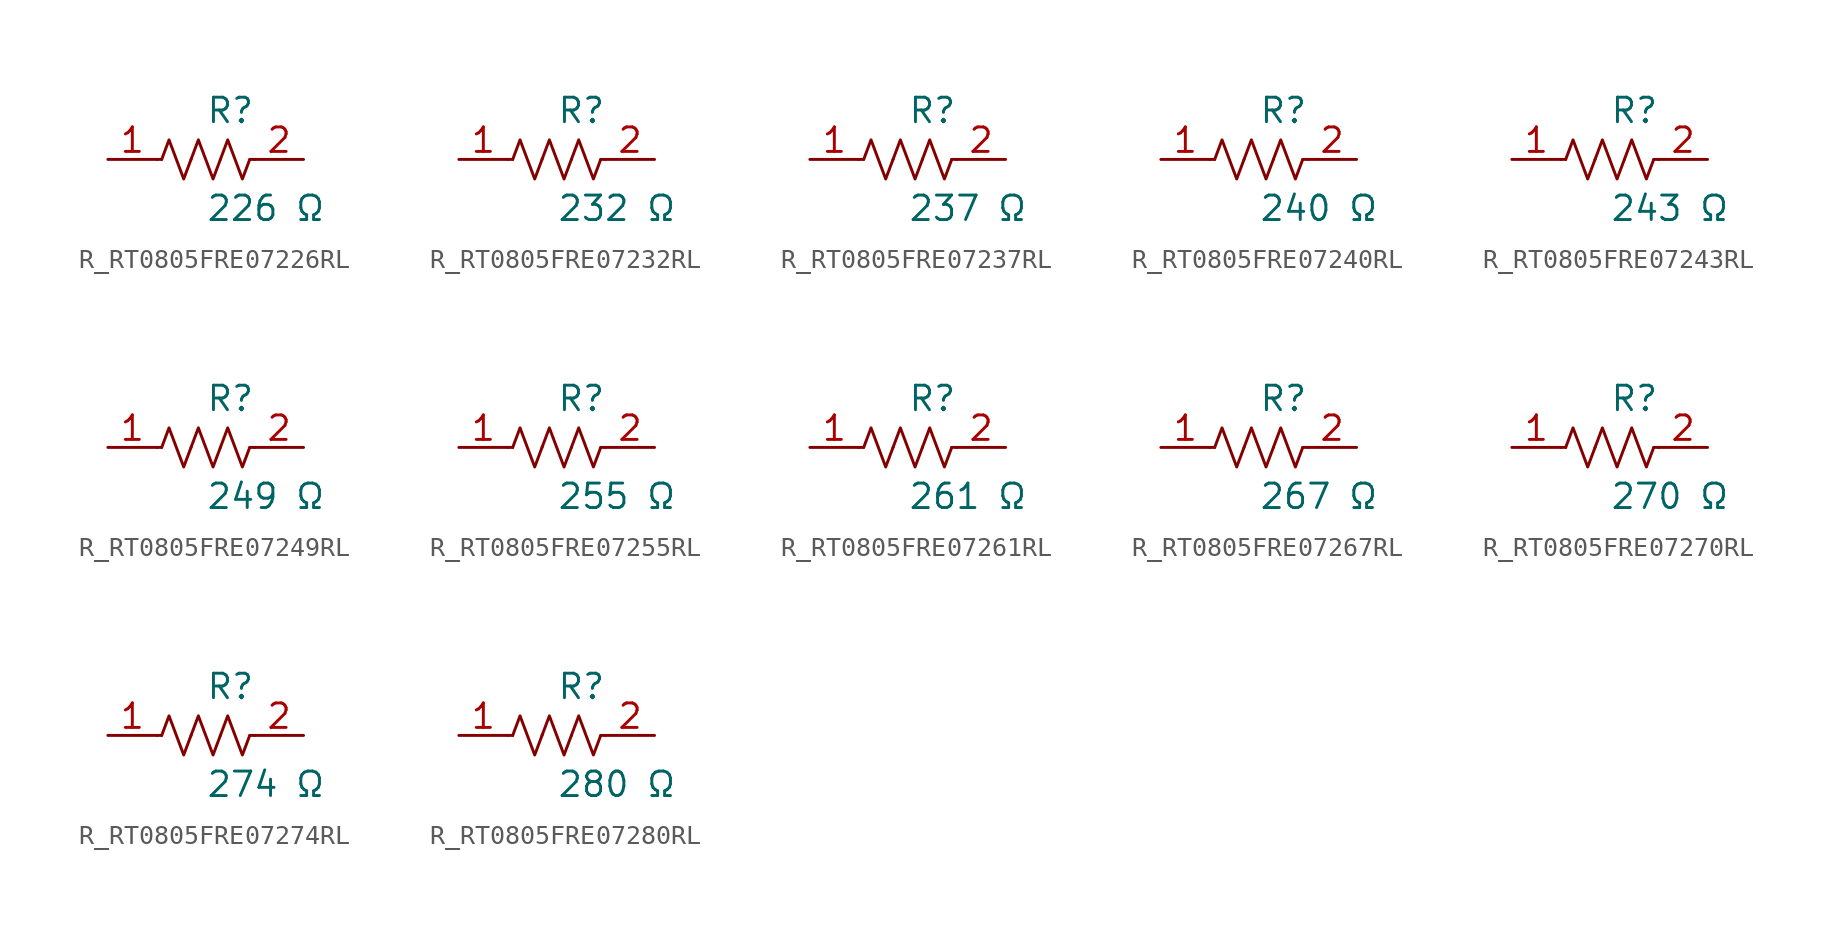
<source format=kicad_sym>
(kicad_symbol_lib
  (version 20231120)
  (generator kicad_symbol_editor)
  (generator_version 8.0)
  (symbol "R_RT0805FRE07226RL"
    (pin_names
      (offset 0.254))
    (property "Reference" "R"
      (at 0.0 2.54 0)
      (effects (font (size 1.27 1.27)) (justify left)))
    (property "Value" "226 Ω"
      (at 0.0 -2.54 0)
      (effects (font (size 1.27 1.27)) (justify left)))
    (symbol "R_RT0805FRE07226RL_0_1"
      (polyline (pts (xy 2.286 0) (xy 2.54 0)) (stroke (width 0) (type default)) (fill (type none)))
      (polyline (pts (xy -2.286 0) (xy -2.54 0)) (stroke (width 0) (type default)) (fill (type none)))
      (polyline (pts (xy 0.762 0) (xy 1.143 1.016) (xy 1.524 0) (xy 1.905 -1.016) (xy 2.286 0)) (stroke (width 0) (type default)) (fill (type none)))
      (polyline (pts (xy -0.762 0) (xy -0.381 1.016) (xy 0 0) (xy 0.381 -1.016) (xy 0.762 0)) (stroke (width 0) (type default)) (fill (type none)))
      (polyline (pts (xy -2.286 0) (xy -1.905 1.016) (xy -1.524 0) (xy -1.143 -1.016) (xy -0.762 0)) (stroke (width 0) (type default)) (fill (type none))))
    (pin unspecified line
      (at -5.08 0 0)
      (length 2.54)
      (name "" (effects (font (size 1.27 1.27))))
      (number "1" (effects (font (size 1.27 1.27)))))
    (pin unspecified line
      (at 5.08 0 180)
      (length 2.54)
      (name "" (effects (font (size 1.27 1.27))))
      (number "2" (effects (font (size 1.27 1.27))))))
  (symbol "R_RT0805FRE07232RL"
    (pin_names
      (offset 0.254))
    (property "Reference" "R"
      (at 0.0 2.54 0)
      (effects (font (size 1.27 1.27)) (justify left)))
    (property "Value" "232 Ω"
      (at 0.0 -2.54 0)
      (effects (font (size 1.27 1.27)) (justify left)))
    (symbol "R_RT0805FRE07232RL_0_1"
      (polyline (pts (xy 2.286 0) (xy 2.54 0)) (stroke (width 0) (type default)) (fill (type none)))
      (polyline (pts (xy -2.286 0) (xy -2.54 0)) (stroke (width 0) (type default)) (fill (type none)))
      (polyline (pts (xy 0.762 0) (xy 1.143 1.016) (xy 1.524 0) (xy 1.905 -1.016) (xy 2.286 0)) (stroke (width 0) (type default)) (fill (type none)))
      (polyline (pts (xy -0.762 0) (xy -0.381 1.016) (xy 0 0) (xy 0.381 -1.016) (xy 0.762 0)) (stroke (width 0) (type default)) (fill (type none)))
      (polyline (pts (xy -2.286 0) (xy -1.905 1.016) (xy -1.524 0) (xy -1.143 -1.016) (xy -0.762 0)) (stroke (width 0) (type default)) (fill (type none))))
    (pin unspecified line
      (at -5.08 0 0)
      (length 2.54)
      (name "" (effects (font (size 1.27 1.27))))
      (number "1" (effects (font (size 1.27 1.27)))))
    (pin unspecified line
      (at 5.08 0 180)
      (length 2.54)
      (name "" (effects (font (size 1.27 1.27))))
      (number "2" (effects (font (size 1.27 1.27))))))
  (symbol "R_RT0805FRE07237RL"
    (pin_names
      (offset 0.254))
    (property "Reference" "R"
      (at 0.0 2.54 0)
      (effects (font (size 1.27 1.27)) (justify left)))
    (property "Value" "237 Ω"
      (at 0.0 -2.54 0)
      (effects (font (size 1.27 1.27)) (justify left)))
    (symbol "R_RT0805FRE07237RL_0_1"
      (polyline (pts (xy 2.286 0) (xy 2.54 0)) (stroke (width 0) (type default)) (fill (type none)))
      (polyline (pts (xy -2.286 0) (xy -2.54 0)) (stroke (width 0) (type default)) (fill (type none)))
      (polyline (pts (xy 0.762 0) (xy 1.143 1.016) (xy 1.524 0) (xy 1.905 -1.016) (xy 2.286 0)) (stroke (width 0) (type default)) (fill (type none)))
      (polyline (pts (xy -0.762 0) (xy -0.381 1.016) (xy 0 0) (xy 0.381 -1.016) (xy 0.762 0)) (stroke (width 0) (type default)) (fill (type none)))
      (polyline (pts (xy -2.286 0) (xy -1.905 1.016) (xy -1.524 0) (xy -1.143 -1.016) (xy -0.762 0)) (stroke (width 0) (type default)) (fill (type none))))
    (pin unspecified line
      (at -5.08 0 0)
      (length 2.54)
      (name "" (effects (font (size 1.27 1.27))))
      (number "1" (effects (font (size 1.27 1.27)))))
    (pin unspecified line
      (at 5.08 0 180)
      (length 2.54)
      (name "" (effects (font (size 1.27 1.27))))
      (number "2" (effects (font (size 1.27 1.27))))))
  (symbol "R_RT0805FRE07240RL"
    (pin_names
      (offset 0.254))
    (property "Reference" "R"
      (at 0.0 2.54 0)
      (effects (font (size 1.27 1.27)) (justify left)))
    (property "Value" "240 Ω"
      (at 0.0 -2.54 0)
      (effects (font (size 1.27 1.27)) (justify left)))
    (symbol "R_RT0805FRE07240RL_0_1"
      (polyline (pts (xy 2.286 0) (xy 2.54 0)) (stroke (width 0) (type default)) (fill (type none)))
      (polyline (pts (xy -2.286 0) (xy -2.54 0)) (stroke (width 0) (type default)) (fill (type none)))
      (polyline (pts (xy 0.762 0) (xy 1.143 1.016) (xy 1.524 0) (xy 1.905 -1.016) (xy 2.286 0)) (stroke (width 0) (type default)) (fill (type none)))
      (polyline (pts (xy -0.762 0) (xy -0.381 1.016) (xy 0 0) (xy 0.381 -1.016) (xy 0.762 0)) (stroke (width 0) (type default)) (fill (type none)))
      (polyline (pts (xy -2.286 0) (xy -1.905 1.016) (xy -1.524 0) (xy -1.143 -1.016) (xy -0.762 0)) (stroke (width 0) (type default)) (fill (type none))))
    (pin unspecified line
      (at -5.08 0 0)
      (length 2.54)
      (name "" (effects (font (size 1.27 1.27))))
      (number "1" (effects (font (size 1.27 1.27)))))
    (pin unspecified line
      (at 5.08 0 180)
      (length 2.54)
      (name "" (effects (font (size 1.27 1.27))))
      (number "2" (effects (font (size 1.27 1.27))))))
  (symbol "R_RT0805FRE07243RL"
    (pin_names
      (offset 0.254))
    (property "Reference" "R"
      (at 0.0 2.54 0)
      (effects (font (size 1.27 1.27)) (justify left)))
    (property "Value" "243 Ω"
      (at 0.0 -2.54 0)
      (effects (font (size 1.27 1.27)) (justify left)))
    (symbol "R_RT0805FRE07243RL_0_1"
      (polyline (pts (xy 2.286 0) (xy 2.54 0)) (stroke (width 0) (type default)) (fill (type none)))
      (polyline (pts (xy -2.286 0) (xy -2.54 0)) (stroke (width 0) (type default)) (fill (type none)))
      (polyline (pts (xy 0.762 0) (xy 1.143 1.016) (xy 1.524 0) (xy 1.905 -1.016) (xy 2.286 0)) (stroke (width 0) (type default)) (fill (type none)))
      (polyline (pts (xy -0.762 0) (xy -0.381 1.016) (xy 0 0) (xy 0.381 -1.016) (xy 0.762 0)) (stroke (width 0) (type default)) (fill (type none)))
      (polyline (pts (xy -2.286 0) (xy -1.905 1.016) (xy -1.524 0) (xy -1.143 -1.016) (xy -0.762 0)) (stroke (width 0) (type default)) (fill (type none))))
    (pin unspecified line
      (at -5.08 0 0)
      (length 2.54)
      (name "" (effects (font (size 1.27 1.27))))
      (number "1" (effects (font (size 1.27 1.27)))))
    (pin unspecified line
      (at 5.08 0 180)
      (length 2.54)
      (name "" (effects (font (size 1.27 1.27))))
      (number "2" (effects (font (size 1.27 1.27))))))
  (symbol "R_RT0805FRE07249RL"
    (pin_names
      (offset 0.254))
    (property "Reference" "R"
      (at 0.0 2.54 0)
      (effects (font (size 1.27 1.27)) (justify left)))
    (property "Value" "249 Ω"
      (at 0.0 -2.54 0)
      (effects (font (size 1.27 1.27)) (justify left)))
    (symbol "R_RT0805FRE07249RL_0_1"
      (polyline (pts (xy 2.286 0) (xy 2.54 0)) (stroke (width 0) (type default)) (fill (type none)))
      (polyline (pts (xy -2.286 0) (xy -2.54 0)) (stroke (width 0) (type default)) (fill (type none)))
      (polyline (pts (xy 0.762 0) (xy 1.143 1.016) (xy 1.524 0) (xy 1.905 -1.016) (xy 2.286 0)) (stroke (width 0) (type default)) (fill (type none)))
      (polyline (pts (xy -0.762 0) (xy -0.381 1.016) (xy 0 0) (xy 0.381 -1.016) (xy 0.762 0)) (stroke (width 0) (type default)) (fill (type none)))
      (polyline (pts (xy -2.286 0) (xy -1.905 1.016) (xy -1.524 0) (xy -1.143 -1.016) (xy -0.762 0)) (stroke (width 0) (type default)) (fill (type none))))
    (pin unspecified line
      (at -5.08 0 0)
      (length 2.54)
      (name "" (effects (font (size 1.27 1.27))))
      (number "1" (effects (font (size 1.27 1.27)))))
    (pin unspecified line
      (at 5.08 0 180)
      (length 2.54)
      (name "" (effects (font (size 1.27 1.27))))
      (number "2" (effects (font (size 1.27 1.27))))))
  (symbol "R_RT0805FRE07255RL"
    (pin_names
      (offset 0.254))
    (property "Reference" "R"
      (at 0.0 2.54 0)
      (effects (font (size 1.27 1.27)) (justify left)))
    (property "Value" "255 Ω"
      (at 0.0 -2.54 0)
      (effects (font (size 1.27 1.27)) (justify left)))
    (symbol "R_RT0805FRE07255RL_0_1"
      (polyline (pts (xy 2.286 0) (xy 2.54 0)) (stroke (width 0) (type default)) (fill (type none)))
      (polyline (pts (xy -2.286 0) (xy -2.54 0)) (stroke (width 0) (type default)) (fill (type none)))
      (polyline (pts (xy 0.762 0) (xy 1.143 1.016) (xy 1.524 0) (xy 1.905 -1.016) (xy 2.286 0)) (stroke (width 0) (type default)) (fill (type none)))
      (polyline (pts (xy -0.762 0) (xy -0.381 1.016) (xy 0 0) (xy 0.381 -1.016) (xy 0.762 0)) (stroke (width 0) (type default)) (fill (type none)))
      (polyline (pts (xy -2.286 0) (xy -1.905 1.016) (xy -1.524 0) (xy -1.143 -1.016) (xy -0.762 0)) (stroke (width 0) (type default)) (fill (type none))))
    (pin unspecified line
      (at -5.08 0 0)
      (length 2.54)
      (name "" (effects (font (size 1.27 1.27))))
      (number "1" (effects (font (size 1.27 1.27)))))
    (pin unspecified line
      (at 5.08 0 180)
      (length 2.54)
      (name "" (effects (font (size 1.27 1.27))))
      (number "2" (effects (font (size 1.27 1.27))))))
  (symbol "R_RT0805FRE07261RL"
    (pin_names
      (offset 0.254))
    (property "Reference" "R"
      (at 0.0 2.54 0)
      (effects (font (size 1.27 1.27)) (justify left)))
    (property "Value" "261 Ω"
      (at 0.0 -2.54 0)
      (effects (font (size 1.27 1.27)) (justify left)))
    (symbol "R_RT0805FRE07261RL_0_1"
      (polyline (pts (xy 2.286 0) (xy 2.54 0)) (stroke (width 0) (type default)) (fill (type none)))
      (polyline (pts (xy -2.286 0) (xy -2.54 0)) (stroke (width 0) (type default)) (fill (type none)))
      (polyline (pts (xy 0.762 0) (xy 1.143 1.016) (xy 1.524 0) (xy 1.905 -1.016) (xy 2.286 0)) (stroke (width 0) (type default)) (fill (type none)))
      (polyline (pts (xy -0.762 0) (xy -0.381 1.016) (xy 0 0) (xy 0.381 -1.016) (xy 0.762 0)) (stroke (width 0) (type default)) (fill (type none)))
      (polyline (pts (xy -2.286 0) (xy -1.905 1.016) (xy -1.524 0) (xy -1.143 -1.016) (xy -0.762 0)) (stroke (width 0) (type default)) (fill (type none))))
    (pin unspecified line
      (at -5.08 0 0)
      (length 2.54)
      (name "" (effects (font (size 1.27 1.27))))
      (number "1" (effects (font (size 1.27 1.27)))))
    (pin unspecified line
      (at 5.08 0 180)
      (length 2.54)
      (name "" (effects (font (size 1.27 1.27))))
      (number "2" (effects (font (size 1.27 1.27))))))
  (symbol "R_RT0805FRE07267RL"
    (pin_names
      (offset 0.254))
    (property "Reference" "R"
      (at 0.0 2.54 0)
      (effects (font (size 1.27 1.27)) (justify left)))
    (property "Value" "267 Ω"
      (at 0.0 -2.54 0)
      (effects (font (size 1.27 1.27)) (justify left)))
    (symbol "R_RT0805FRE07267RL_0_1"
      (polyline (pts (xy 2.286 0) (xy 2.54 0)) (stroke (width 0) (type default)) (fill (type none)))
      (polyline (pts (xy -2.286 0) (xy -2.54 0)) (stroke (width 0) (type default)) (fill (type none)))
      (polyline (pts (xy 0.762 0) (xy 1.143 1.016) (xy 1.524 0) (xy 1.905 -1.016) (xy 2.286 0)) (stroke (width 0) (type default)) (fill (type none)))
      (polyline (pts (xy -0.762 0) (xy -0.381 1.016) (xy 0 0) (xy 0.381 -1.016) (xy 0.762 0)) (stroke (width 0) (type default)) (fill (type none)))
      (polyline (pts (xy -2.286 0) (xy -1.905 1.016) (xy -1.524 0) (xy -1.143 -1.016) (xy -0.762 0)) (stroke (width 0) (type default)) (fill (type none))))
    (pin unspecified line
      (at -5.08 0 0)
      (length 2.54)
      (name "" (effects (font (size 1.27 1.27))))
      (number "1" (effects (font (size 1.27 1.27)))))
    (pin unspecified line
      (at 5.08 0 180)
      (length 2.54)
      (name "" (effects (font (size 1.27 1.27))))
      (number "2" (effects (font (size 1.27 1.27))))))
  (symbol "R_RT0805FRE07270RL"
    (pin_names
      (offset 0.254))
    (property "Reference" "R"
      (at 0.0 2.54 0)
      (effects (font (size 1.27 1.27)) (justify left)))
    (property "Value" "270 Ω"
      (at 0.0 -2.54 0)
      (effects (font (size 1.27 1.27)) (justify left)))
    (symbol "R_RT0805FRE07270RL_0_1"
      (polyline (pts (xy 2.286 0) (xy 2.54 0)) (stroke (width 0) (type default)) (fill (type none)))
      (polyline (pts (xy -2.286 0) (xy -2.54 0)) (stroke (width 0) (type default)) (fill (type none)))
      (polyline (pts (xy 0.762 0) (xy 1.143 1.016) (xy 1.524 0) (xy 1.905 -1.016) (xy 2.286 0)) (stroke (width 0) (type default)) (fill (type none)))
      (polyline (pts (xy -0.762 0) (xy -0.381 1.016) (xy 0 0) (xy 0.381 -1.016) (xy 0.762 0)) (stroke (width 0) (type default)) (fill (type none)))
      (polyline (pts (xy -2.286 0) (xy -1.905 1.016) (xy -1.524 0) (xy -1.143 -1.016) (xy -0.762 0)) (stroke (width 0) (type default)) (fill (type none))))
    (pin unspecified line
      (at -5.08 0 0)
      (length 2.54)
      (name "" (effects (font (size 1.27 1.27))))
      (number "1" (effects (font (size 1.27 1.27)))))
    (pin unspecified line
      (at 5.08 0 180)
      (length 2.54)
      (name "" (effects (font (size 1.27 1.27))))
      (number "2" (effects (font (size 1.27 1.27))))))
  (symbol "R_RT0805FRE07274RL"
    (pin_names
      (offset 0.254))
    (property "Reference" "R"
      (at 0.0 2.54 0)
      (effects (font (size 1.27 1.27)) (justify left)))
    (property "Value" "274 Ω"
      (at 0.0 -2.54 0)
      (effects (font (size 1.27 1.27)) (justify left)))
    (symbol "R_RT0805FRE07274RL_0_1"
      (polyline (pts (xy 2.286 0) (xy 2.54 0)) (stroke (width 0) (type default)) (fill (type none)))
      (polyline (pts (xy -2.286 0) (xy -2.54 0)) (stroke (width 0) (type default)) (fill (type none)))
      (polyline (pts (xy 0.762 0) (xy 1.143 1.016) (xy 1.524 0) (xy 1.905 -1.016) (xy 2.286 0)) (stroke (width 0) (type default)) (fill (type none)))
      (polyline (pts (xy -0.762 0) (xy -0.381 1.016) (xy 0 0) (xy 0.381 -1.016) (xy 0.762 0)) (stroke (width 0) (type default)) (fill (type none)))
      (polyline (pts (xy -2.286 0) (xy -1.905 1.016) (xy -1.524 0) (xy -1.143 -1.016) (xy -0.762 0)) (stroke (width 0) (type default)) (fill (type none))))
    (pin unspecified line
      (at -5.08 0 0)
      (length 2.54)
      (name "" (effects (font (size 1.27 1.27))))
      (number "1" (effects (font (size 1.27 1.27)))))
    (pin unspecified line
      (at 5.08 0 180)
      (length 2.54)
      (name "" (effects (font (size 1.27 1.27))))
      (number "2" (effects (font (size 1.27 1.27))))))
  (symbol "R_RT0805FRE07280RL"
    (pin_names
      (offset 0.254))
    (property "Reference" "R"
      (at 0.0 2.54 0)
      (effects (font (size 1.27 1.27)) (justify left)))
    (property "Value" "280 Ω"
      (at 0.0 -2.54 0)
      (effects (font (size 1.27 1.27)) (justify left)))
    (symbol "R_RT0805FRE07280RL_0_1"
      (polyline (pts (xy 2.286 0) (xy 2.54 0)) (stroke (width 0) (type default)) (fill (type none)))
      (polyline (pts (xy -2.286 0) (xy -2.54 0)) (stroke (width 0) (type default)) (fill (type none)))
      (polyline (pts (xy 0.762 0) (xy 1.143 1.016) (xy 1.524 0) (xy 1.905 -1.016) (xy 2.286 0)) (stroke (width 0) (type default)) (fill (type none)))
      (polyline (pts (xy -0.762 0) (xy -0.381 1.016) (xy 0 0) (xy 0.381 -1.016) (xy 0.762 0)) (stroke (width 0) (type default)) (fill (type none)))
      (polyline (pts (xy -2.286 0) (xy -1.905 1.016) (xy -1.524 0) (xy -1.143 -1.016) (xy -0.762 0)) (stroke (width 0) (type default)) (fill (type none))))
    (pin unspecified line
      (at -5.08 0 0)
      (length 2.54)
      (name "" (effects (font (size 1.27 1.27))))
      (number "1" (effects (font (size 1.27 1.27)))))
    (pin unspecified line
      (at 5.08 0 180)
      (length 2.54)
      (name "" (effects (font (size 1.27 1.27))))
      (number "2" (effects (font (size 1.27 1.27)))))))
</source>
